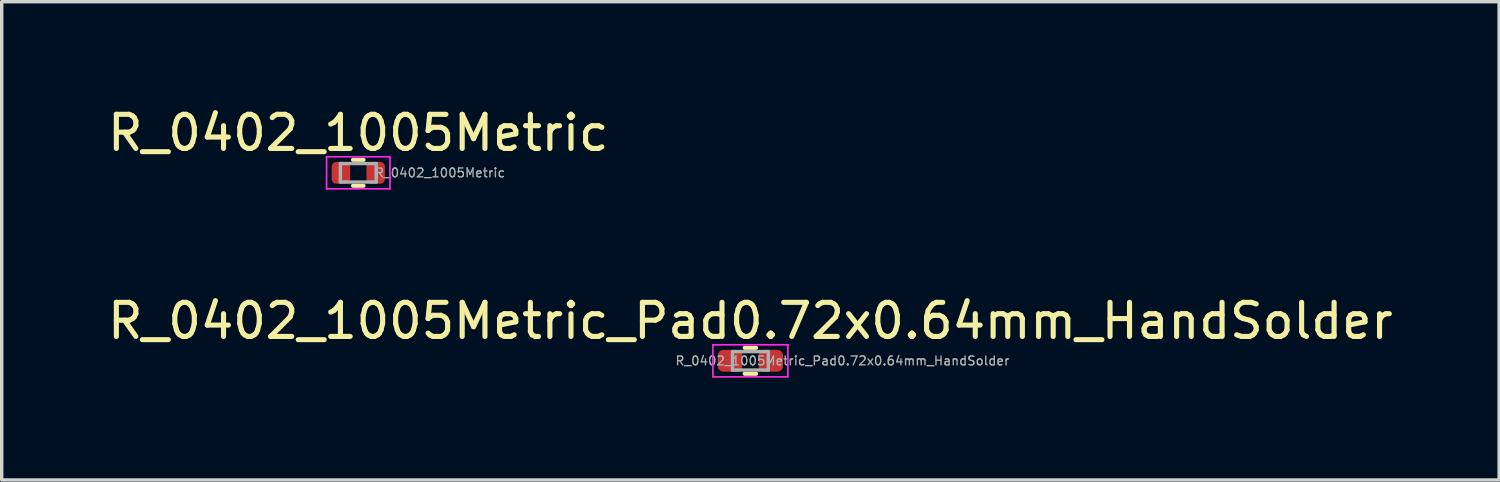
<source format=kicad_pcb>
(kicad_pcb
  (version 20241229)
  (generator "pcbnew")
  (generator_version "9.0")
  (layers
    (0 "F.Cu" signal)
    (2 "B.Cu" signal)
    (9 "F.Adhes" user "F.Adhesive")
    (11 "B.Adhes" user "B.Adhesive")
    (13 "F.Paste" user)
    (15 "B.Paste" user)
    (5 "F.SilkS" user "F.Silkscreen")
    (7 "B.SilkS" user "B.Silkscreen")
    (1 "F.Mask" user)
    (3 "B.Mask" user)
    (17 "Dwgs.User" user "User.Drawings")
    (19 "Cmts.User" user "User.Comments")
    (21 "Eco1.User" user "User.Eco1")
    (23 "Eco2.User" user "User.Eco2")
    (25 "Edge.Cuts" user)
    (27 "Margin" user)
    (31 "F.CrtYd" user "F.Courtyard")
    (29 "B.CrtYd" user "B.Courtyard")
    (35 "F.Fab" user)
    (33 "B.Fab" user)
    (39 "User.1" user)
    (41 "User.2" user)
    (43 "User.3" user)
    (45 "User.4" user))
  (footprint "R_0402_1005Metric_Pad0.72x0.64mm_HandSolder"
    (layer "F.Cu")
    (at 18.958 7.532)
    (property "Reference" "R_0402_1005Metric_Pad0.72x0.64mm_HandSolder" (at 0 -1.17 0) (layer "F.SilkS") (effects (font (size 1 1) (thickness 0.15))))
    (attr smd)
    (fp_line (start -0.168 -0.38) (end 0.168 -0.38) (stroke (width 0.12) (type solid)) (layer "F.SilkS"))
    (fp_line (start -0.168 0.38) (end 0.168 0.38) (stroke (width 0.12) (type solid)) (layer "F.SilkS"))
    (fp_line (start -1.1 -0.47) (end 1.1 -0.47) (stroke (width 0.05) (type solid)) (layer "F.CrtYd"))
    (fp_line (start -1.1 0.47) (end -1.1 -0.47) (stroke (width 0.05) (type solid)) (layer "F.CrtYd"))
    (fp_line (start 1.1 -0.47) (end 1.1 0.47) (stroke (width 0.05) (type solid)) (layer "F.CrtYd"))
    (fp_line (start 1.1 0.47) (end -1.1 0.47) (stroke (width 0.05) (type solid)) (layer "F.CrtYd"))
    (fp_line (start -0.525 -0.27) (end 0.525 -0.27) (stroke (width 0.1) (type solid)) (layer "F.Fab"))
    (fp_line (start -0.525 0.27) (end -0.525 -0.27) (stroke (width 0.1) (type solid)) (layer "F.Fab"))
    (fp_line (start 0.525 -0.27) (end 0.525 0.27) (stroke (width 0.1) (type solid)) (layer "F.Fab"))
    (fp_line (start 0.525 0.27) (end -0.525 0.27) (stroke (width 0.1) (type solid)) (layer "F.Fab"))
    (fp_text user "${REFERENCE}" (at 2.7 0 0) (layer "F.Fab") (effects (font (size 0.26 0.26) (thickness 0.04))))
    (pad "1" smd roundrect (at -0.598 0) (size 0.715 0.64) (layers "F.Cu" "F.Mask" "F.Paste") (roundrect_rratio 0.25))
    (pad "2" smd roundrect (at 0.598 0) (size 0.715 0.64) (layers "F.Cu" "F.Mask" "F.Paste") (roundrect_rratio 0.25)))
  (footprint "R_0402_1005Metric"
    (layer "F.Cu")
    (at 7.458 2.018)
    (property "Reference" "R_0402_1005Metric" (at 0 -1.17 0) (layer "F.SilkS") (effects (font (size 1 1) (thickness 0.15))))
    (attr smd)
    (fp_line (start -0.154 -0.38) (end 0.154 -0.38) (stroke (width 0.12) (type solid)) (layer "F.SilkS"))
    (fp_line (start -0.154 0.38) (end 0.154 0.38) (stroke (width 0.12) (type solid)) (layer "F.SilkS"))
    (fp_line (start -0.93 -0.47) (end 0.93 -0.47) (stroke (width 0.05) (type solid)) (layer "F.CrtYd"))
    (fp_line (start -0.93 0.47) (end -0.93 -0.47) (stroke (width 0.05) (type solid)) (layer "F.CrtYd"))
    (fp_line (start 0.93 -0.47) (end 0.93 0.47) (stroke (width 0.05) (type solid)) (layer "F.CrtYd"))
    (fp_line (start 0.93 0.47) (end -0.93 0.47) (stroke (width 0.05) (type solid)) (layer "F.CrtYd"))
    (fp_line (start -0.525 -0.27) (end 0.525 -0.27) (stroke (width 0.1) (type solid)) (layer "F.Fab"))
    (fp_line (start -0.525 0.27) (end -0.525 -0.27) (stroke (width 0.1) (type solid)) (layer "F.Fab"))
    (fp_line (start 0.525 -0.27) (end 0.525 0.27) (stroke (width 0.1) (type solid)) (layer "F.Fab"))
    (fp_line (start 0.525 0.27) (end -0.525 0.27) (stroke (width 0.1) (type solid)) (layer "F.Fab"))
    (fp_text user "${REFERENCE}" (at 2.4 0 0) (layer "F.Fab") (effects (font (size 0.26 0.26) (thickness 0.04))))
    (pad "1" smd roundrect (at -0.51 0) (size 0.54 0.64) (layers "F.Cu" "F.Mask" "F.Paste") (roundrect_rratio 0.25))
    (pad "2" smd roundrect (at 0.51 0) (size 0.54 0.64) (layers "F.Cu" "F.Mask" "F.Paste") (roundrect_rratio 0.25)))
  (gr_rect
    (start -3 -3)
    (end 40.917 11.027)
    (stroke (width 0.1) (type default))
    (fill no)
    (layer "Edge.Cuts")))
</source>
